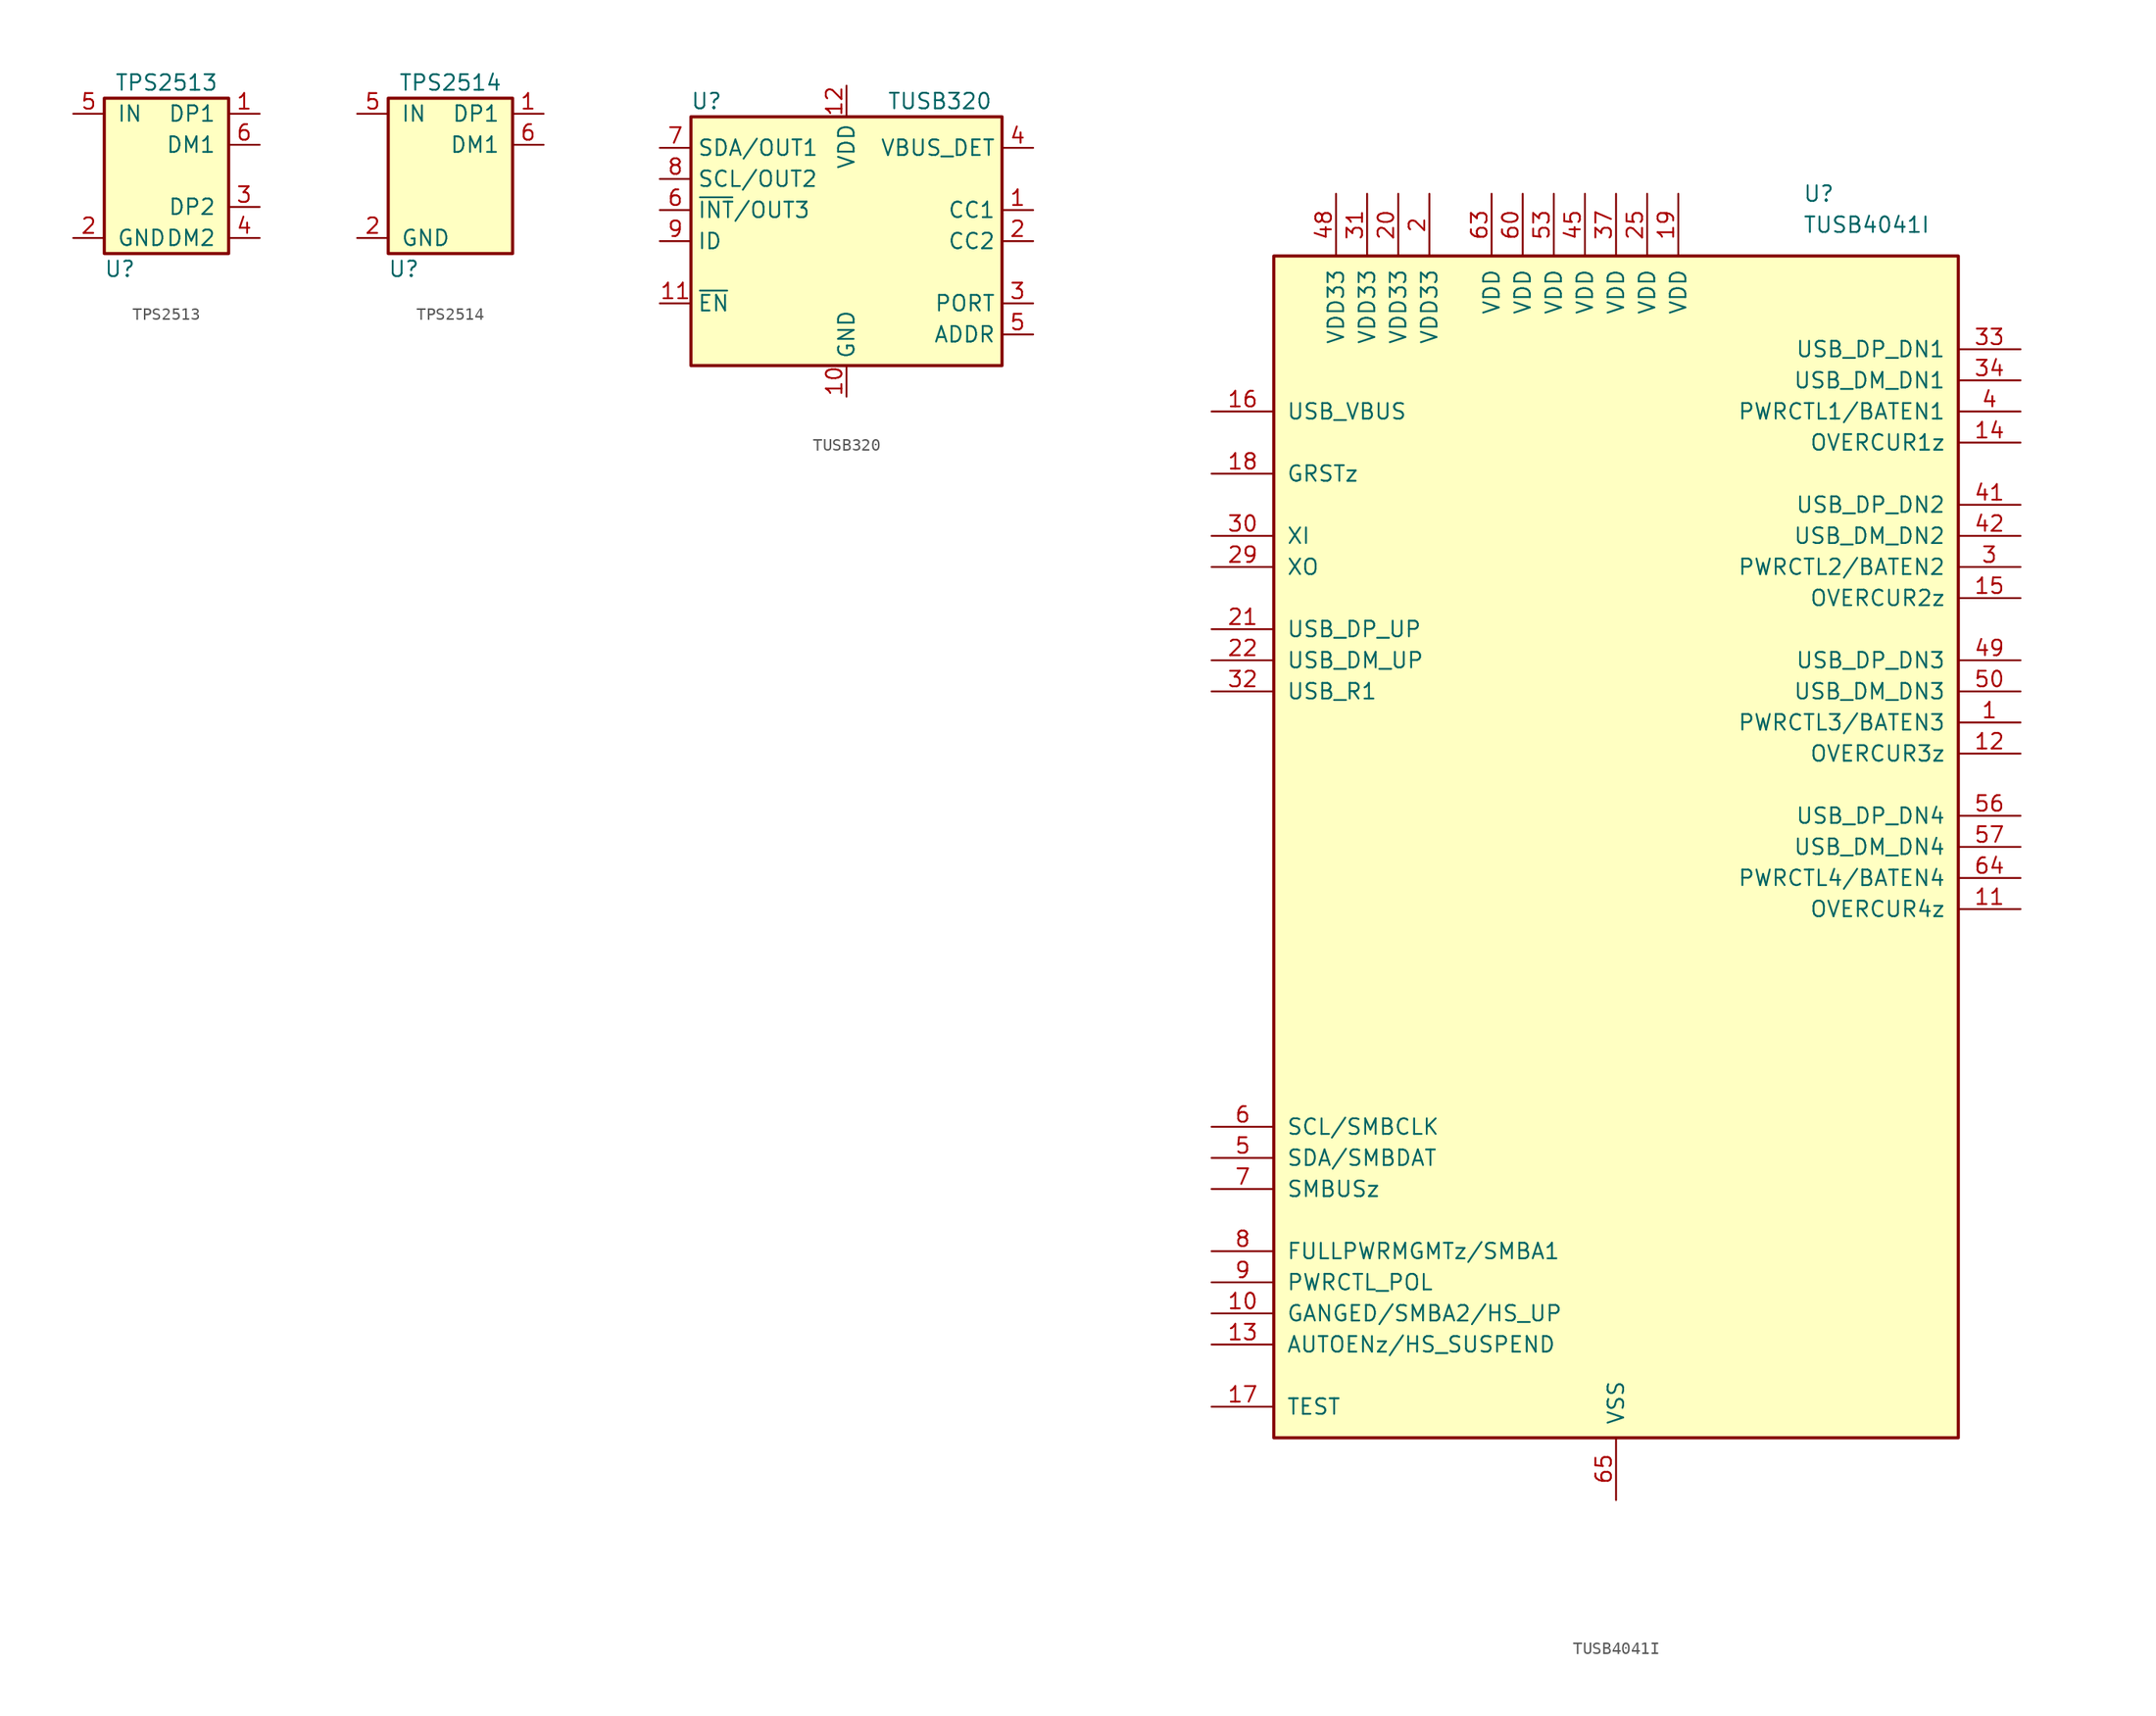
<source format=kicad_sym>
(kicad_symbol_lib
  (version 20211014)
  (generator kicad_symbol_editor)
  (symbol "TPS2513"
    (pin_names
      (offset 1.016))
    (property "Reference" "U"
      (at -3.81 -7.62 0)
      (effects (font (size 1.27 1.27))))
    (property "Value" "TPS2513"
      (at 0 7.62 0)
      (effects (font (size 1.27 1.27))))
    (symbol "TPS2513_0_1"
      (rectangle (start -5.08 6.35) (end 5.08 -6.35) (stroke (width 0.254) (type default) (color 0 0 0 0)) (fill (type background))))
    (symbol "TPS2513_1_1"
      (pin input line (at 7.62 5.08 180) (length 2.54) (name "DP1" (effects (font (size 1.27 1.27)))) (number "1" (effects (font (size 1.27 1.27)))))
      (pin power_in line (at -7.62 -5.08 0) (length 2.54) (name "GND" (effects (font (size 1.27 1.27)))) (number "2" (effects (font (size 1.27 1.27)))))
      (pin input line (at 7.62 -2.54 180) (length 2.54) (name "DP2" (effects (font (size 1.27 1.27)))) (number "3" (effects (font (size 1.27 1.27)))))
      (pin input line (at 7.62 -5.08 180) (length 2.54) (name "DM2" (effects (font (size 1.27 1.27)))) (number "4" (effects (font (size 1.27 1.27)))))
      (pin power_in line (at -7.62 5.08 0) (length 2.54) (name "IN" (effects (font (size 1.27 1.27)))) (number "5" (effects (font (size 1.27 1.27)))))
      (pin input line (at 7.62 2.54 180) (length 2.54) (name "DM1" (effects (font (size 1.27 1.27)))) (number "6" (effects (font (size 1.27 1.27)))))))
  (symbol "TPS2514"
    (pin_names
      (offset 1.016))
    (property "Reference" "U"
      (at -3.81 -7.62 0)
      (effects (font (size 1.27 1.27))))
    (property "Value" "TPS2514"
      (at 0 7.62 0)
      (effects (font (size 1.27 1.27))))
    (symbol "TPS2514_0_1"
      (rectangle (start -5.08 6.35) (end 5.08 -6.35) (stroke (width 0.254) (type default) (color 0 0 0 0)) (fill (type background))))
    (symbol "TPS2514_1_1"
      (pin input line (at 7.62 5.08 180) (length 2.54) (name "DP1" (effects (font (size 1.27 1.27)))) (number "1" (effects (font (size 1.27 1.27)))))
      (pin power_in line (at -7.62 -5.08 0) (length 2.54) (name "GND" (effects (font (size 1.27 1.27)))) (number "2" (effects (font (size 1.27 1.27)))))
      (pin no_connect line (at 7.62 -2.54 180) (length 2.54) hide (name "NC" (effects (font (size 1.27 1.27)))) (number "3" (effects (font (size 1.27 1.27)))))
      (pin no_connect line (at 7.62 -5.08 180) (length 2.54) hide (name "NC" (effects (font (size 1.27 1.27)))) (number "4" (effects (font (size 1.27 1.27)))))
      (pin power_in line (at -7.62 5.08 0) (length 2.54) (name "IN" (effects (font (size 1.27 1.27)))) (number "5" (effects (font (size 1.27 1.27)))))
      (pin input line (at 7.62 2.54 180) (length 2.54) (name "DM1" (effects (font (size 1.27 1.27)))) (number "6" (effects (font (size 1.27 1.27)))))))
  (symbol "TUSB320"
    (property "Reference" "U"
      (at -11.43 11.43 0)
      (effects (font (size 1.27 1.27))))
    (property "Value" "TUSB320"
      (at 7.62 11.43 0)
      (effects (font (size 1.27 1.27))))
    (symbol "TUSB320_0_1"
      (rectangle (start -12.7 10.16) (end 12.7 -10.16) (stroke (width 0.254) (type default) (color 0 0 0 0)) (fill (type background))))
    (symbol "TUSB320_1_1"
      (pin bidirectional line (at 15.24 2.54 180) (length 2.54) (name "CC1" (effects (font (size 1.27 1.27)))) (number "1" (effects (font (size 1.27 1.27)))))
      (pin power_in line (at 0 -12.7 90) (length 2.54) (name "GND" (effects (font (size 1.27 1.27)))) (number "10" (effects (font (size 1.27 1.27)))))
      (pin input line (at -15.24 -5.08 0) (length 2.54) (name "~{EN}" (effects (font (size 1.27 1.27)))) (number "11" (effects (font (size 1.27 1.27)))))
      (pin power_in line (at 0 12.7 270) (length 2.54) (name "VDD" (effects (font (size 1.27 1.27)))) (number "12" (effects (font (size 1.27 1.27)))))
      (pin bidirectional line (at 15.24 0 180) (length 2.54) (name "CC2" (effects (font (size 1.27 1.27)))) (number "2" (effects (font (size 1.27 1.27)))))
      (pin input line (at 15.24 -5.08 180) (length 2.54) (name "PORT" (effects (font (size 1.27 1.27)))) (number "3" (effects (font (size 1.27 1.27)))))
      (pin input line (at 15.24 7.62 180) (length 2.54) (name "VBUS_DET" (effects (font (size 1.27 1.27)))) (number "4" (effects (font (size 1.27 1.27)))))
      (pin input line (at 15.24 -7.62 180) (length 2.54) (name "ADDR" (effects (font (size 1.27 1.27)))) (number "5" (effects (font (size 1.27 1.27)))))
      (pin open_collector line (at -15.24 2.54 0) (length 2.54) (name "~{INT}/OUT3" (effects (font (size 1.27 1.27)))) (number "6" (effects (font (size 1.27 1.27)))))
      (pin bidirectional line (at -15.24 7.62 0) (length 2.54) (name "SDA/OUT1" (effects (font (size 1.27 1.27)))) (number "7" (effects (font (size 1.27 1.27)))))
      (pin bidirectional line (at -15.24 5.08 0) (length 2.54) (name "SCL/OUT2" (effects (font (size 1.27 1.27)))) (number "8" (effects (font (size 1.27 1.27)))))
      (pin open_collector line (at -15.24 0 0) (length 2.54) (name "ID" (effects (font (size 1.27 1.27)))) (number "9" (effects (font (size 1.27 1.27)))))))
  (symbol "TUSB4041I"
    (pin_names
      (offset 1.016))
    (property "Reference" "U"
      (at 15.24 53.34 0)
      (effects (font (size 1.27 1.27)) (justify left)))
    (property "Value" "TUSB4041I"
      (at 15.24 50.8 0)
      (effects (font (size 1.27 1.27)) (justify left)))
    (symbol "TUSB4041I_0_1"
      (rectangle (start -27.94 48.26) (end 27.94 -48.26) (stroke (width 0.254) (type default) (color 0 0 0 0)) (fill (type background))))
    (symbol "TUSB4041I_1_1"
      (pin bidirectional line (at 33.02 10.16 180) (length 5.08) (name "PWRCTL3/BATEN3" (effects (font (size 1.27 1.27)))) (number "1" (effects (font (size 1.27 1.27)))))
      (pin bidirectional line (at -33.02 -38.1 0) (length 5.08) (name "GANGED/SMBA2/HS_UP" (effects (font (size 1.27 1.27)))) (number "10" (effects (font (size 1.27 1.27)))))
      (pin input line (at 33.02 -5.08 180) (length 5.08) (name "OVERCUR4z" (effects (font (size 1.27 1.27)))) (number "11" (effects (font (size 1.27 1.27)))))
      (pin input line (at 33.02 7.62 180) (length 5.08) (name "OVERCUR3z" (effects (font (size 1.27 1.27)))) (number "12" (effects (font (size 1.27 1.27)))))
      (pin bidirectional line (at -33.02 -40.64 0) (length 5.08) (name "AUTOENz/HS_SUSPEND" (effects (font (size 1.27 1.27)))) (number "13" (effects (font (size 1.27 1.27)))))
      (pin input line (at 33.02 33.02 180) (length 5.08) (name "OVERCUR1z" (effects (font (size 1.27 1.27)))) (number "14" (effects (font (size 1.27 1.27)))))
      (pin input line (at 33.02 20.32 180) (length 5.08) (name "OVERCUR2z" (effects (font (size 1.27 1.27)))) (number "15" (effects (font (size 1.27 1.27)))))
      (pin input line (at -33.02 35.56 0) (length 5.08) (name "USB_VBUS" (effects (font (size 1.27 1.27)))) (number "16" (effects (font (size 1.27 1.27)))))
      (pin input line (at -33.02 -45.72 0) (length 5.08) (name "TEST" (effects (font (size 1.27 1.27)))) (number "17" (effects (font (size 1.27 1.27)))))
      (pin input line (at -33.02 30.48 0) (length 5.08) (name "GRSTz" (effects (font (size 1.27 1.27)))) (number "18" (effects (font (size 1.27 1.27)))))
      (pin power_in line (at 5.08 53.34 270) (length 5.08) (name "VDD" (effects (font (size 1.27 1.27)))) (number "19" (effects (font (size 1.27 1.27)))))
      (pin power_in line (at -15.24 53.34 270) (length 5.08) (name "VDD33" (effects (font (size 1.27 1.27)))) (number "2" (effects (font (size 1.27 1.27)))))
      (pin power_in line (at -17.78 53.34 270) (length 5.08) (name "VDD33" (effects (font (size 1.27 1.27)))) (number "20" (effects (font (size 1.27 1.27)))))
      (pin bidirectional line (at -33.02 17.78 0) (length 5.08) (name "USB_DP_UP" (effects (font (size 1.27 1.27)))) (number "21" (effects (font (size 1.27 1.27)))))
      (pin bidirectional line (at -33.02 15.24 0) (length 5.08) (name "USB_DM_UP" (effects (font (size 1.27 1.27)))) (number "22" (effects (font (size 1.27 1.27)))))
      (pin bidirectional line (at 33.02 -17.78 180) (length 5.08) hide (name "RSVD" (effects (font (size 1.27 1.27)))) (number "23" (effects (font (size 1.27 1.27)))))
      (pin bidirectional line (at 33.02 -20.32 180) (length 5.08) hide (name "RSVD" (effects (font (size 1.27 1.27)))) (number "24" (effects (font (size 1.27 1.27)))))
      (pin power_in line (at 2.54 53.34 270) (length 5.08) (name "VDD" (effects (font (size 1.27 1.27)))) (number "25" (effects (font (size 1.27 1.27)))))
      (pin bidirectional line (at 33.02 -22.86 180) (length 5.08) hide (name "RSVD" (effects (font (size 1.27 1.27)))) (number "26" (effects (font (size 1.27 1.27)))))
      (pin bidirectional line (at 33.02 -25.4 180) (length 5.08) hide (name "RSVD" (effects (font (size 1.27 1.27)))) (number "27" (effects (font (size 1.27 1.27)))))
      (pin no_connect line (at 33.02 -43.18 180) (length 5.08) hide (name "NC" (effects (font (size 1.27 1.27)))) (number "28" (effects (font (size 1.27 1.27)))))
      (pin output line (at -33.02 22.86 0) (length 5.08) (name "XO" (effects (font (size 1.27 1.27)))) (number "29" (effects (font (size 1.27 1.27)))))
      (pin bidirectional line (at 33.02 22.86 180) (length 5.08) (name "PWRCTL2/BATEN2" (effects (font (size 1.27 1.27)))) (number "3" (effects (font (size 1.27 1.27)))))
      (pin input line (at -33.02 25.4 0) (length 5.08) (name "XI" (effects (font (size 1.27 1.27)))) (number "30" (effects (font (size 1.27 1.27)))))
      (pin power_in line (at -20.32 53.34 270) (length 5.08) (name "VDD33" (effects (font (size 1.27 1.27)))) (number "31" (effects (font (size 1.27 1.27)))))
      (pin input line (at -33.02 12.7 0) (length 5.08) (name "USB_R1" (effects (font (size 1.27 1.27)))) (number "32" (effects (font (size 1.27 1.27)))))
      (pin bidirectional line (at 33.02 40.64 180) (length 5.08) (name "USB_DP_DN1" (effects (font (size 1.27 1.27)))) (number "33" (effects (font (size 1.27 1.27)))))
      (pin bidirectional line (at 33.02 38.1 180) (length 5.08) (name "USB_DM_DN1" (effects (font (size 1.27 1.27)))) (number "34" (effects (font (size 1.27 1.27)))))
      (pin bidirectional line (at 33.02 -27.94 180) (length 5.08) hide (name "RSVD" (effects (font (size 1.27 1.27)))) (number "35" (effects (font (size 1.27 1.27)))))
      (pin bidirectional line (at 33.02 -30.48 180) (length 5.08) hide (name "RSVD" (effects (font (size 1.27 1.27)))) (number "36" (effects (font (size 1.27 1.27)))))
      (pin power_in line (at 0 53.34 270) (length 5.08) (name "VDD" (effects (font (size 1.27 1.27)))) (number "37" (effects (font (size 1.27 1.27)))))
      (pin bidirectional line (at 33.02 -33.02 180) (length 5.08) hide (name "RSVD" (effects (font (size 1.27 1.27)))) (number "38" (effects (font (size 1.27 1.27)))))
      (pin bidirectional line (at 33.02 -35.56 180) (length 5.08) hide (name "RSVD" (effects (font (size 1.27 1.27)))) (number "39" (effects (font (size 1.27 1.27)))))
      (pin bidirectional line (at 33.02 35.56 180) (length 5.08) (name "PWRCTL1/BATEN1" (effects (font (size 1.27 1.27)))) (number "4" (effects (font (size 1.27 1.27)))))
      (pin no_connect line (at 33.02 -45.72 180) (length 5.08) hide (name "NC" (effects (font (size 1.27 1.27)))) (number "40" (effects (font (size 1.27 1.27)))))
      (pin bidirectional line (at 33.02 27.94 180) (length 5.08) (name "USB_DP_DN2" (effects (font (size 1.27 1.27)))) (number "41" (effects (font (size 1.27 1.27)))))
      (pin bidirectional line (at 33.02 25.4 180) (length 5.08) (name "USB_DM_DN2" (effects (font (size 1.27 1.27)))) (number "42" (effects (font (size 1.27 1.27)))))
      (pin bidirectional line (at 33.02 -38.1 180) (length 5.08) hide (name "RSVD" (effects (font (size 1.27 1.27)))) (number "43" (effects (font (size 1.27 1.27)))))
      (pin bidirectional line (at -33.02 7.62 0) (length 5.08) hide (name "RSVD" (effects (font (size 1.27 1.27)))) (number "44" (effects (font (size 1.27 1.27)))))
      (pin power_in line (at -2.54 53.34 270) (length 5.08) (name "VDD" (effects (font (size 1.27 1.27)))) (number "45" (effects (font (size 1.27 1.27)))))
      (pin bidirectional line (at -33.02 5.08 0) (length 5.08) hide (name "RSVD" (effects (font (size 1.27 1.27)))) (number "46" (effects (font (size 1.27 1.27)))))
      (pin bidirectional line (at -33.02 2.54 0) (length 5.08) hide (name "RSVD" (effects (font (size 1.27 1.27)))) (number "47" (effects (font (size 1.27 1.27)))))
      (pin power_in line (at -22.86 53.34 270) (length 5.08) (name "VDD33" (effects (font (size 1.27 1.27)))) (number "48" (effects (font (size 1.27 1.27)))))
      (pin bidirectional line (at 33.02 15.24 180) (length 5.08) (name "USB_DP_DN3" (effects (font (size 1.27 1.27)))) (number "49" (effects (font (size 1.27 1.27)))))
      (pin bidirectional line (at -33.02 -25.4 0) (length 5.08) (name "SDA/SMBDAT" (effects (font (size 1.27 1.27)))) (number "5" (effects (font (size 1.27 1.27)))))
      (pin bidirectional line (at 33.02 12.7 180) (length 5.08) (name "USB_DM_DN3" (effects (font (size 1.27 1.27)))) (number "50" (effects (font (size 1.27 1.27)))))
      (pin bidirectional line (at -33.02 0 0) (length 5.08) hide (name "RSVD" (effects (font (size 1.27 1.27)))) (number "51" (effects (font (size 1.27 1.27)))))
      (pin bidirectional line (at -33.02 -2.54 0) (length 5.08) hide (name "RSVD" (effects (font (size 1.27 1.27)))) (number "52" (effects (font (size 1.27 1.27)))))
      (pin power_in line (at -5.08 53.34 270) (length 5.08) (name "VDD" (effects (font (size 1.27 1.27)))) (number "53" (effects (font (size 1.27 1.27)))))
      (pin bidirectional line (at -33.02 -5.08 0) (length 5.08) hide (name "RSVD" (effects (font (size 1.27 1.27)))) (number "54" (effects (font (size 1.27 1.27)))))
      (pin bidirectional line (at -33.02 -7.62 0) (length 5.08) hide (name "RSVD" (effects (font (size 1.27 1.27)))) (number "55" (effects (font (size 1.27 1.27)))))
      (pin bidirectional line (at 33.02 2.54 180) (length 5.08) (name "USB_DP_DN4" (effects (font (size 1.27 1.27)))) (number "56" (effects (font (size 1.27 1.27)))))
      (pin bidirectional line (at 33.02 0 180) (length 5.08) (name "USB_DM_DN4" (effects (font (size 1.27 1.27)))) (number "57" (effects (font (size 1.27 1.27)))))
      (pin bidirectional line (at -33.02 -10.16 0) (length 5.08) hide (name "RSVD" (effects (font (size 1.27 1.27)))) (number "58" (effects (font (size 1.27 1.27)))))
      (pin bidirectional line (at -33.02 -12.7 0) (length 5.08) hide (name "RSVD" (effects (font (size 1.27 1.27)))) (number "59" (effects (font (size 1.27 1.27)))))
      (pin bidirectional line (at -33.02 -22.86 0) (length 5.08) (name "SCL/SMBCLK" (effects (font (size 1.27 1.27)))) (number "6" (effects (font (size 1.27 1.27)))))
      (pin power_in line (at -7.62 53.34 270) (length 5.08) (name "VDD" (effects (font (size 1.27 1.27)))) (number "60" (effects (font (size 1.27 1.27)))))
      (pin bidirectional line (at -33.02 -15.24 0) (length 5.08) hide (name "RSVD" (effects (font (size 1.27 1.27)))) (number "61" (effects (font (size 1.27 1.27)))))
      (pin bidirectional line (at -33.02 -17.78 0) (length 5.08) hide (name "RSVD" (effects (font (size 1.27 1.27)))) (number "62" (effects (font (size 1.27 1.27)))))
      (pin power_in line (at -10.16 53.34 270) (length 5.08) (name "VDD" (effects (font (size 1.27 1.27)))) (number "63" (effects (font (size 1.27 1.27)))))
      (pin bidirectional line (at 33.02 -2.54 180) (length 5.08) (name "PWRCTL4/BATEN4" (effects (font (size 1.27 1.27)))) (number "64" (effects (font (size 1.27 1.27)))))
      (pin power_in line (at 0 -53.34 90) (length 5.08) (name "VSS" (effects (font (size 1.27 1.27)))) (number "65" (effects (font (size 1.27 1.27)))))
      (pin bidirectional line (at -33.02 -27.94 0) (length 5.08) (name "SMBUSz" (effects (font (size 1.27 1.27)))) (number "7" (effects (font (size 1.27 1.27)))))
      (pin bidirectional line (at -33.02 -33.02 0) (length 5.08) (name "FULLPWRMGMTz/SMBA1" (effects (font (size 1.27 1.27)))) (number "8" (effects (font (size 1.27 1.27)))))
      (pin bidirectional line (at -33.02 -35.56 0) (length 5.08) (name "PWRCTL_POL" (effects (font (size 1.27 1.27)))) (number "9" (effects (font (size 1.27 1.27))))))))
</source>
